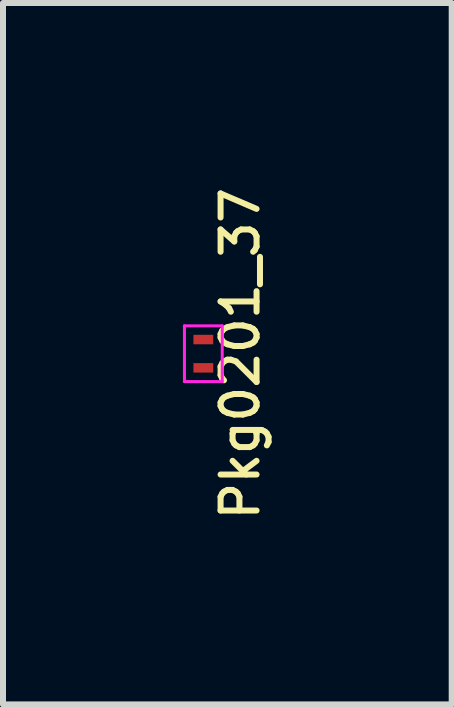
<source format=kicad_pcb>
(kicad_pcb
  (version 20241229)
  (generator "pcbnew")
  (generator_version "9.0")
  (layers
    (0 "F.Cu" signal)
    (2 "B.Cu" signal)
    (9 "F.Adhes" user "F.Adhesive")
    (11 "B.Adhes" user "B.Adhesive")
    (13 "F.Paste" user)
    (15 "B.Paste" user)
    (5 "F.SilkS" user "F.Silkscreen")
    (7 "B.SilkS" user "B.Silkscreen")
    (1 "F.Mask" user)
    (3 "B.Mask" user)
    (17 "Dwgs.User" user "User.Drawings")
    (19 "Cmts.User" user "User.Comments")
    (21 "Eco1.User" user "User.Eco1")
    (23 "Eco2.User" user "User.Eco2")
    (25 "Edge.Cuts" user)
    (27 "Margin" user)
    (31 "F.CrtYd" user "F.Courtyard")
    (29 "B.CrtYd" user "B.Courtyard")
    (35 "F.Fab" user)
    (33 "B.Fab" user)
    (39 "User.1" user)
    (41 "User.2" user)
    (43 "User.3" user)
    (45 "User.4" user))
  (footprint "Pkg0201_37"
    (layer "F.Cu")
    (at 0.34 2.847)
    (property "Reference" "Pkg0201_37" (at 0.615 0 90) (layer "F.SilkS") (effects (font (size 0.6 0.6) (thickness 0.1))))
    (fp_line (start -0.315 -0.465) (end -0.315 0.465) (stroke (width 0.05) (type solid)) (layer "F.CrtYd"))
    (fp_line (start -0.315 0.465) (end 0.315 0.465) (stroke (width 0.05) (type solid)) (layer "F.CrtYd"))
    (fp_line (start 0.315 -0.465) (end -0.315 -0.465) (stroke (width 0.05) (type solid)) (layer "F.CrtYd"))
    (fp_line (start 0.315 0.465) (end 0.315 -0.465) (stroke (width 0.05) (type solid)) (layer "F.CrtYd"))
    (pad "1" smd rect (at 0 -0.236) (size 0.33 0.158) (layers "F.Cu" "F.Mask" "F.Paste"))
    (pad "2" smd rect (at 0 0.236) (size 0.33 0.158) (layers "F.Cu" "F.Mask" "F.Paste")))
  (gr_rect
    (start -3 -3)
    (end 4.481 8.694)
    (stroke (width 0.1) (type default))
    (fill no)
    (layer "Edge.Cuts")))
</source>
